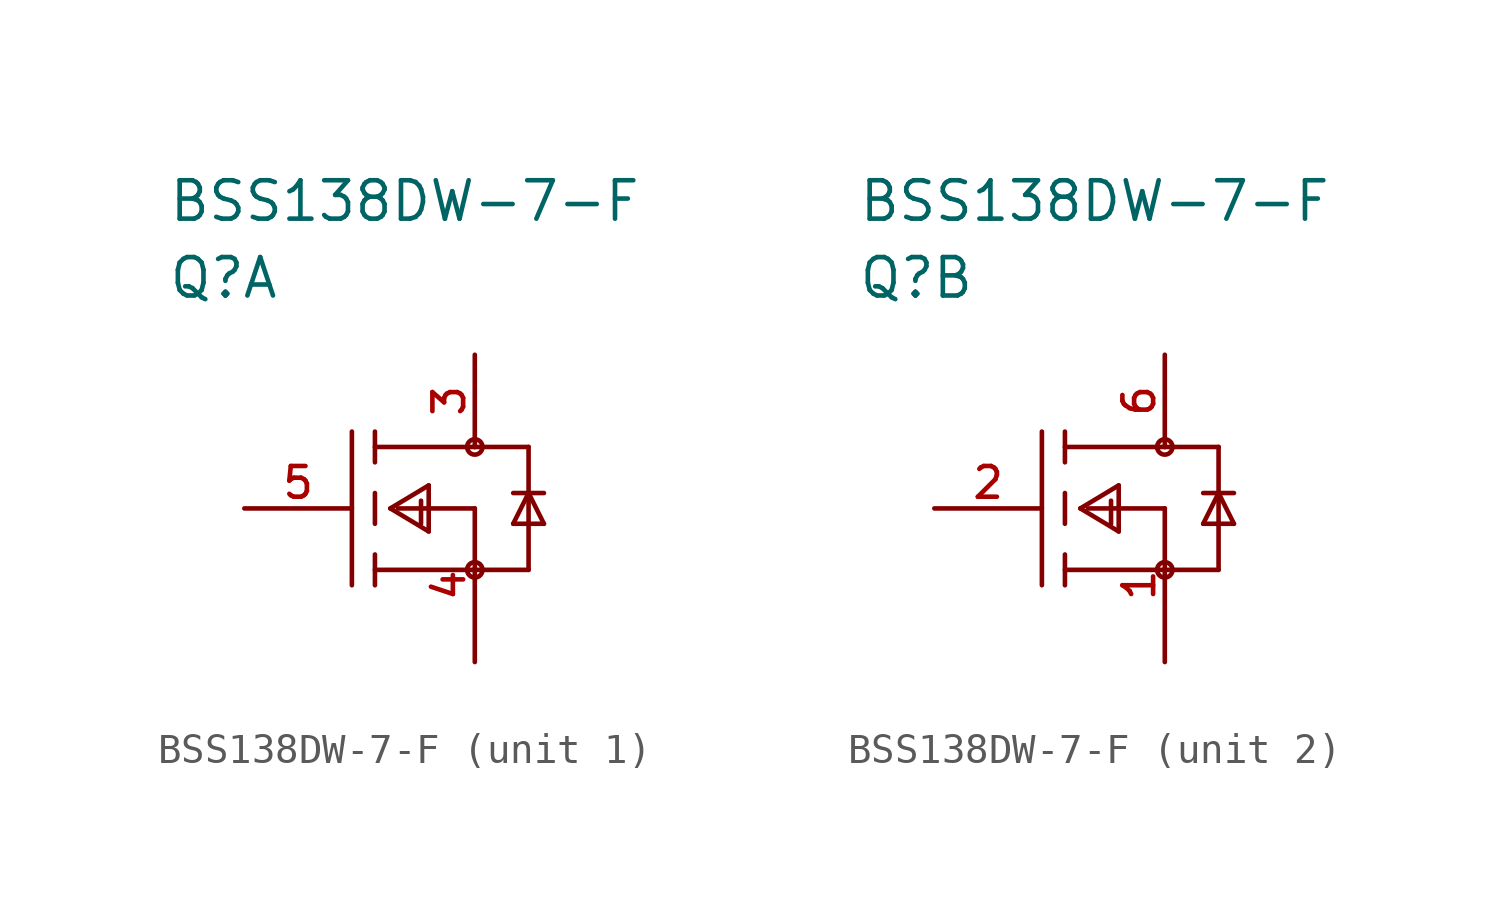
<source format=kicad_sym>
(kicad_symbol_lib
  (version 20211014)
  (generator kicad_symbol_editor)
  (symbol "BSS138DW-7-F"
    (pin_names
      (offset 1.016))
    (property "Reference" "Q"
      (at 0 7.62 0)
      (effects (font (size 1.27 1.27)) (justify left)))
    (property "Value" "BSS138DW-7-F"
      (at 0 10.16 0)
      (effects (font (size 1.27 1.27)) (justify left)))
    (property "ki_locked" ""
      (at 0 0 0)
      (effects (font (size 1.27 1.27))))
    (symbol "BSS138DW-7-F_1_1"
      (polyline (pts (xy 6.096 -2.54) (xy 6.096 2.54)) (stroke (width 0) (type default) (color 0 0 0 0)) (fill (type none)))
      (polyline (pts (xy 6.858 -2.032) (xy 10.16 -2.032)) (stroke (width 0) (type default) (color 0 0 0 0)) (fill (type none)))
      (polyline (pts (xy 6.858 -1.524) (xy 6.858 -2.54)) (stroke (width 0) (type default) (color 0 0 0 0)) (fill (type none)))
      (polyline (pts (xy 6.858 0.508) (xy 6.858 -0.508)) (stroke (width 0) (type default) (color 0 0 0 0)) (fill (type none)))
      (polyline (pts (xy 6.858 1.524) (xy 6.858 2.54)) (stroke (width 0) (type default) (color 0 0 0 0)) (fill (type none)))
      (polyline (pts (xy 6.858 2.032) (xy 10.16 2.032)) (stroke (width 0) (type default) (color 0 0 0 0)) (fill (type none)))
      (polyline (pts (xy 7.366 0) (xy 8.636 -0.762)) (stroke (width 0) (type default) (color 0 0 0 0)) (fill (type none)))
      (polyline (pts (xy 7.366 0) (xy 8.636 0.762)) (stroke (width 0) (type default) (color 0 0 0 0)) (fill (type none)))
      (polyline (pts (xy 7.62 0) (xy 10.16 0)) (stroke (width 0) (type default) (color 0 0 0 0)) (fill (type none)))
      (polyline (pts (xy 8.382 0.254) (xy 8.382 -0.508)) (stroke (width 0) (type default) (color 0 0 0 0)) (fill (type none)))
      (polyline (pts (xy 8.636 0.762) (xy 8.636 -0.762)) (stroke (width 0) (type default) (color 0 0 0 0)) (fill (type none)))
      (polyline (pts (xy 10.16 -2.032) (xy 11.938 -2.032)) (stroke (width 0) (type default) (color 0 0 0 0)) (fill (type none)))
      (polyline (pts (xy 11.43 -0.508) (xy 12.446 -0.508)) (stroke (width 0) (type default) (color 0 0 0 0)) (fill (type none)))
      (polyline (pts (xy 11.938 -2.032) (xy 11.938 2.032)) (stroke (width 0) (type default) (color 0 0 0 0)) (fill (type none)))
      (polyline (pts (xy 11.938 0.508) (xy 11.43 -0.508)) (stroke (width 0) (type default) (color 0 0 0 0)) (fill (type none)))
      (polyline (pts (xy 11.938 0.508) (xy 11.43 0.508)) (stroke (width 0) (type default) (color 0 0 0 0)) (fill (type none)))
      (polyline (pts (xy 11.938 0.508) (xy 12.446 0.508)) (stroke (width 0) (type default) (color 0 0 0 0)) (fill (type none)))
      (polyline (pts (xy 11.938 2.032) (xy 10.16 2.032)) (stroke (width 0) (type default) (color 0 0 0 0)) (fill (type none)))
      (polyline (pts (xy 12.446 -0.508) (xy 11.938 0.508)) (stroke (width 0) (type default) (color 0 0 0 0)) (fill (type none)))
      (circle (center 10.16 -2.032) (radius 0.254) (stroke (width 0) (type default) (color 0 0 0 0)) (fill (type none)))
      (circle (center 10.16 2.032) (radius 0.254) (stroke (width 0) (type default) (color 0 0 0 0)) (fill (type none)))
      (pin passive line (at 10.16 5.08 270) (length 3.048) (name "D1" (effects (font (size 0 0)))) (number "3" (effects (font (size 1.016 1.016)))))
      (pin passive line (at 10.16 -5.08 90) (length 5.08) (name "S1" (effects (font (size 0 0)))) (number "4" (effects (font (size 1.016 1.016)))))
      (pin passive line (at 2.54 0 0) (length 3.556) (name "G1" (effects (font (size 0 0)))) (number "5" (effects (font (size 1.016 1.016))))))
    (symbol "BSS138DW-7-F_2_1"
      (polyline (pts (xy 6.096 -2.54) (xy 6.096 2.54)) (stroke (width 0) (type default) (color 0 0 0 0)) (fill (type none)))
      (polyline (pts (xy 6.858 -2.032) (xy 10.16 -2.032)) (stroke (width 0) (type default) (color 0 0 0 0)) (fill (type none)))
      (polyline (pts (xy 6.858 -1.524) (xy 6.858 -2.54)) (stroke (width 0) (type default) (color 0 0 0 0)) (fill (type none)))
      (polyline (pts (xy 6.858 0.508) (xy 6.858 -0.508)) (stroke (width 0) (type default) (color 0 0 0 0)) (fill (type none)))
      (polyline (pts (xy 6.858 1.524) (xy 6.858 2.54)) (stroke (width 0) (type default) (color 0 0 0 0)) (fill (type none)))
      (polyline (pts (xy 6.858 2.032) (xy 10.16 2.032)) (stroke (width 0) (type default) (color 0 0 0 0)) (fill (type none)))
      (polyline (pts (xy 7.366 0) (xy 8.636 -0.762)) (stroke (width 0) (type default) (color 0 0 0 0)) (fill (type none)))
      (polyline (pts (xy 7.366 0) (xy 8.636 0.762)) (stroke (width 0) (type default) (color 0 0 0 0)) (fill (type none)))
      (polyline (pts (xy 7.62 0) (xy 10.16 0)) (stroke (width 0) (type default) (color 0 0 0 0)) (fill (type none)))
      (polyline (pts (xy 8.382 0.254) (xy 8.382 -0.508)) (stroke (width 0) (type default) (color 0 0 0 0)) (fill (type none)))
      (polyline (pts (xy 8.636 0.762) (xy 8.636 -0.762)) (stroke (width 0) (type default) (color 0 0 0 0)) (fill (type none)))
      (polyline (pts (xy 10.16 -2.032) (xy 11.938 -2.032)) (stroke (width 0) (type default) (color 0 0 0 0)) (fill (type none)))
      (polyline (pts (xy 11.43 -0.508) (xy 12.446 -0.508)) (stroke (width 0) (type default) (color 0 0 0 0)) (fill (type none)))
      (polyline (pts (xy 11.938 -2.032) (xy 11.938 2.032)) (stroke (width 0) (type default) (color 0 0 0 0)) (fill (type none)))
      (polyline (pts (xy 11.938 0.508) (xy 11.43 -0.508)) (stroke (width 0) (type default) (color 0 0 0 0)) (fill (type none)))
      (polyline (pts (xy 11.938 0.508) (xy 11.43 0.508)) (stroke (width 0) (type default) (color 0 0 0 0)) (fill (type none)))
      (polyline (pts (xy 11.938 0.508) (xy 12.446 0.508)) (stroke (width 0) (type default) (color 0 0 0 0)) (fill (type none)))
      (polyline (pts (xy 11.938 2.032) (xy 10.16 2.032)) (stroke (width 0) (type default) (color 0 0 0 0)) (fill (type none)))
      (polyline (pts (xy 12.446 -0.508) (xy 11.938 0.508)) (stroke (width 0) (type default) (color 0 0 0 0)) (fill (type none)))
      (circle (center 10.16 -2.032) (radius 0.254) (stroke (width 0) (type default) (color 0 0 0 0)) (fill (type none)))
      (circle (center 10.16 2.032) (radius 0.254) (stroke (width 0) (type default) (color 0 0 0 0)) (fill (type none)))
      (pin passive line (at 10.16 -5.08 90) (length 5.08) (name "S2" (effects (font (size 0 0)))) (number "1" (effects (font (size 1.016 1.016)))))
      (pin passive line (at 2.54 0 0) (length 3.556) (name "G2" (effects (font (size 0 0)))) (number "2" (effects (font (size 1.016 1.016)))))
      (pin passive line (at 10.16 5.08 270) (length 3.048) (name "D2" (effects (font (size 0 0)))) (number "6" (effects (font (size 1.016 1.016))))))))
</source>
